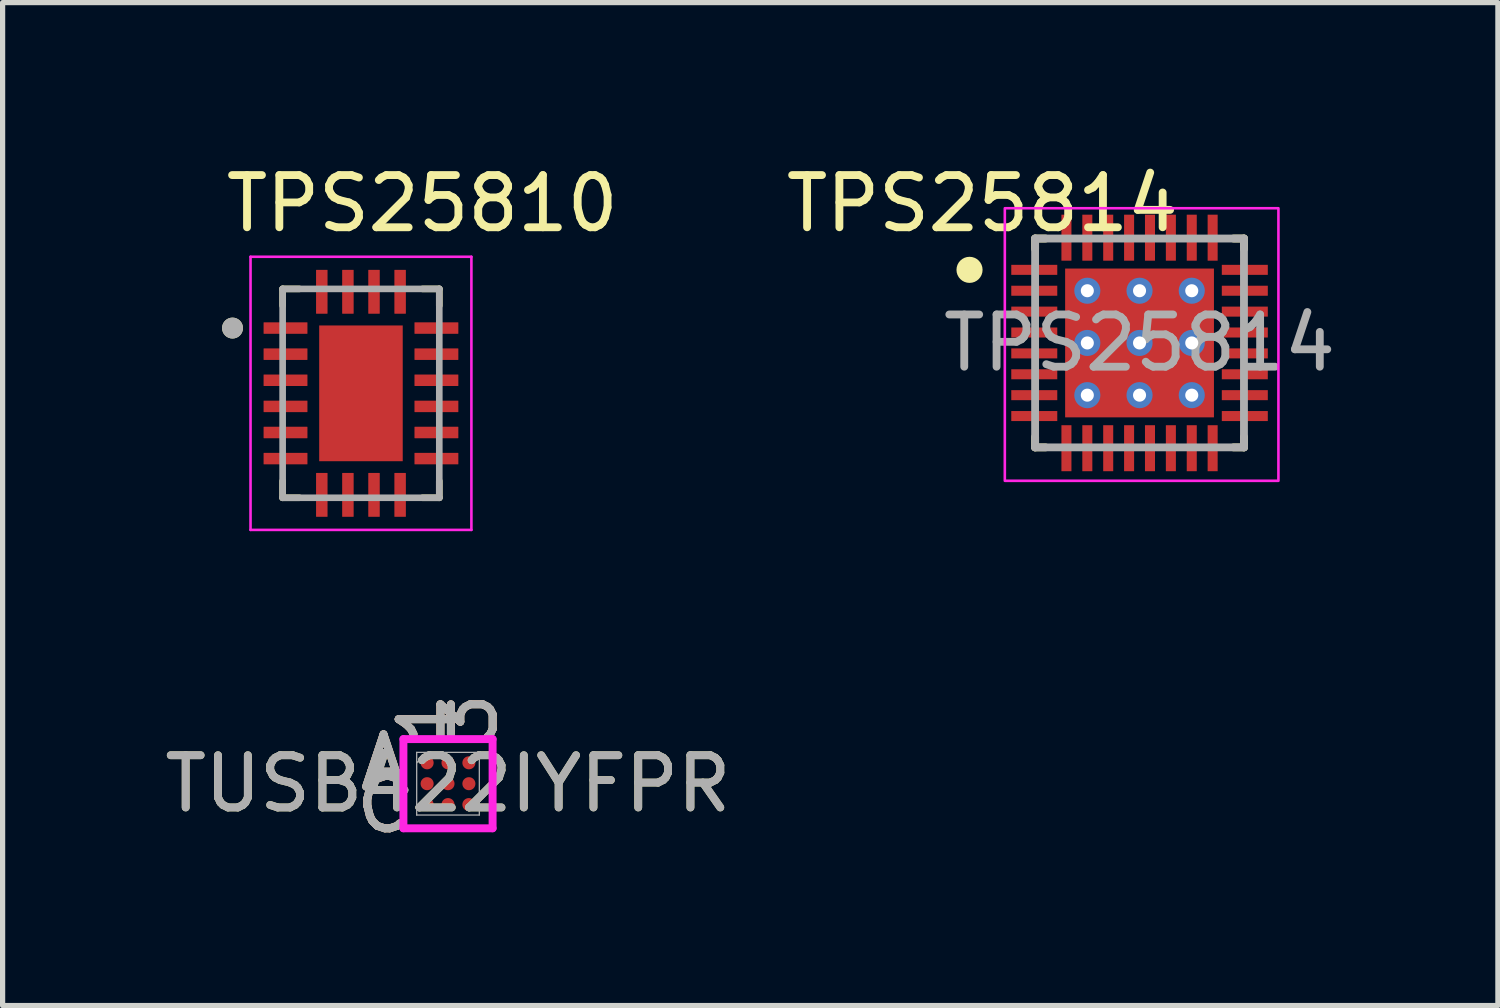
<source format=kicad_pcb>
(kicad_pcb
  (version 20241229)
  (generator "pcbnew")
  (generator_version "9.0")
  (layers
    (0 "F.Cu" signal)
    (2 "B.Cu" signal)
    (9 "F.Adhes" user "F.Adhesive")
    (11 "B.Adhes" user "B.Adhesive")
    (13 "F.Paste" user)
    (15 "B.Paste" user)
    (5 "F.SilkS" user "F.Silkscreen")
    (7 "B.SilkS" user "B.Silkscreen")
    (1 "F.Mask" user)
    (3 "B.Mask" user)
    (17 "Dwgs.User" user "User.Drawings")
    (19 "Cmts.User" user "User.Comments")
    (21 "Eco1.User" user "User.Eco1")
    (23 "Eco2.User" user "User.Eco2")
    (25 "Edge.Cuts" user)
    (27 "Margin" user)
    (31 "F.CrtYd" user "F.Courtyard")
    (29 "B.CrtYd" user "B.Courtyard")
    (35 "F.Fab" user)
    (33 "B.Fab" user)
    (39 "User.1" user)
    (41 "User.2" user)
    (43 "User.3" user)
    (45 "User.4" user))
  (footprint "TPS25814"
    (layer "F.Cu")
    (at 18.774 3.518)
    (property "Reference" "TPS25814" (at -3.01 -2.67 0) (unlocked yes) (layer "F.SilkS") (effects (font (size 1 1) (thickness 0.15))))
    (attr smd)
    (fp_line (start -2 -2) (end -1.8 -2) (stroke (width 0.15) (type solid)) (layer "F.SilkS"))
    (fp_line (start -2 -1.8) (end -2 -2) (stroke (width 0.15) (type solid)) (layer "F.SilkS"))
    (fp_line (start -2 2) (end -2 1.8) (stroke (width 0.15) (type solid)) (layer "F.SilkS"))
    (fp_line (start -2 2) (end -1.8 2) (stroke (width 0.15) (type solid)) (layer "F.SilkS"))
    (fp_line (start 1.8 -2) (end 2 -2) (stroke (width 0.15) (type solid)) (layer "F.SilkS"))
    (fp_line (start 1.8 2) (end 2 2) (stroke (width 0.15) (type solid)) (layer "F.SilkS"))
    (fp_line (start 2 -1.8) (end 2 -2) (stroke (width 0.15) (type solid)) (layer "F.SilkS"))
    (fp_line (start 2 2) (end 2 1.8) (stroke (width 0.15) (type solid)) (layer "F.SilkS"))
    (fp_circle (center -3.256 -1.4) (end -3.131 -1.4) (stroke (width 0.25) (type solid)) (fill no) (layer "F.SilkS"))
    (fp_poly (pts (xy -0.901 0.901) (xy 0.901 0.901) (xy 0.901 -0.901) (xy -0.901 -0.901)) (stroke (width 0) (type solid)) (fill yes) (layer "F.Paste"))
    (fp_rect (start -2.58 -2.58) (end 2.66 2.64) (stroke (width 0.05) (type default)) (fill no) (layer "F.CrtYd"))
    (fp_line (start -2 -2) (end 2 -2) (stroke (width 0.15) (type solid)) (layer "F.Fab"))
    (fp_line (start -2 2) (end -2 -2) (stroke (width 0.15) (type solid)) (layer "F.Fab"))
    (fp_line (start -2 2) (end 2 2) (stroke (width 0.15) (type solid)) (layer "F.Fab"))
    (fp_line (start 2 2) (end 2 -2) (stroke (width 0.15) (type solid)) (layer "F.Fab"))
    (fp_text user "${REFERENCE}" (at 0 0 0) (unlocked yes) (layer "F.Fab") (effects (font (size 1 1) (thickness 0.15))))
    (pad "1" smd rect (at -2.016 -1.4 90) (size 0.192 0.881) (layers "F.Cu" "F.Mask" "F.Paste"))
    (pad "2" smd rect (at -2.016 -1 90) (size 0.192 0.881) (layers "F.Cu" "F.Mask" "F.Paste"))
    (pad "3" smd rect (at -2.016 -0.6 90) (size 0.192 0.881) (layers "F.Cu" "F.Mask" "F.Paste"))
    (pad "4" smd rect (at -2.016 -0.2 90) (size 0.192 0.881) (layers "F.Cu" "F.Mask" "F.Paste"))
    (pad "5" smd rect (at -2.016 0.2 90) (size 0.192 0.881) (layers "F.Cu" "F.Mask" "F.Paste"))
    (pad "6" smd rect (at -2.016 0.6 90) (size 0.192 0.881) (layers "F.Cu" "F.Mask" "F.Paste"))
    (pad "7" smd rect (at -2.016 1 90) (size 0.192 0.881) (layers "F.Cu" "F.Mask" "F.Paste"))
    (pad "8" smd rect (at -2.016 1.4 90) (size 0.192 0.881) (layers "F.Cu" "F.Mask" "F.Paste"))
    (pad "9" smd rect (at -1.4 2.016) (size 0.192 0.881) (layers "F.Cu" "F.Mask" "F.Paste"))
    (pad "10" smd rect (at -1 2.016) (size 0.192 0.881) (layers "F.Cu" "F.Mask" "F.Paste"))
    (pad "11" smd rect (at -0.6 2.016) (size 0.192 0.881) (layers "F.Cu" "F.Mask" "F.Paste"))
    (pad "12" smd rect (at -0.2 2.016) (size 0.192 0.881) (layers "F.Cu" "F.Mask" "F.Paste"))
    (pad "13" smd rect (at 0.2 2.016) (size 0.192 0.881) (layers "F.Cu" "F.Mask" "F.Paste"))
    (pad "14" smd rect (at 0.6 2.016) (size 0.192 0.881) (layers "F.Cu" "F.Mask" "F.Paste"))
    (pad "15" smd rect (at 1 2.016) (size 0.192 0.881) (layers "F.Cu" "F.Mask" "F.Paste"))
    (pad "16" smd rect (at 1.4 2.016) (size 0.192 0.881) (layers "F.Cu" "F.Mask" "F.Paste"))
    (pad "17" smd rect (at 2.016 1.4 90) (size 0.192 0.881) (layers "F.Cu" "F.Mask" "F.Paste"))
    (pad "18" smd rect (at 2.016 1 90) (size 0.192 0.881) (layers "F.Cu" "F.Mask" "F.Paste"))
    (pad "19" smd rect (at 2.016 0.6 90) (size 0.192 0.881) (layers "F.Cu" "F.Mask" "F.Paste"))
    (pad "20" smd rect (at 2.016 0.2 90) (size 0.192 0.881) (layers "F.Cu" "F.Mask" "F.Paste"))
    (pad "21" smd rect (at 2.016 -0.2 90) (size 0.192 0.881) (layers "F.Cu" "F.Mask" "F.Paste"))
    (pad "22" smd rect (at 2.016 -0.6 90) (size 0.192 0.881) (layers "F.Cu" "F.Mask" "F.Paste"))
    (pad "23" smd rect (at 2.016 -1 90) (size 0.192 0.881) (layers "F.Cu" "F.Mask" "F.Paste"))
    (pad "24" smd rect (at 2.016 -1.4 90) (size 0.192 0.881) (layers "F.Cu" "F.Mask" "F.Paste"))
    (pad "25" smd rect (at 1.4 -2.016) (size 0.192 0.881) (layers "F.Cu" "F.Mask" "F.Paste"))
    (pad "26" smd rect (at 1 -2.016) (size 0.192 0.881) (layers "F.Cu" "F.Mask" "F.Paste"))
    (pad "27" smd rect (at 0.6 -2.016) (size 0.192 0.881) (layers "F.Cu" "F.Mask" "F.Paste"))
    (pad "28" smd rect (at 0.2 -2.016) (size 0.192 0.881) (layers "F.Cu" "F.Mask" "F.Paste"))
    (pad "29" smd rect (at -0.2 -2.016) (size 0.192 0.881) (layers "F.Cu" "F.Mask" "F.Paste"))
    (pad "30" smd rect (at -0.6 -2.016) (size 0.192 0.881) (layers "F.Cu" "F.Mask" "F.Paste"))
    (pad "31" smd rect (at -1 -2.016) (size 0.192 0.881) (layers "F.Cu" "F.Mask" "F.Paste"))
    (pad "32" smd rect (at -1.4 -2.016) (size 0.192 0.881) (layers "F.Cu" "F.Mask" "F.Paste"))
    (pad "33" thru_hole circle (at -1 -1) (size 0.5 0.5) (drill 0.25) (layers "*.Cu" "*.Mask"))
    (pad "33" thru_hole circle (at -1 0) (size 0.5 0.5) (drill 0.25) (layers "*.Cu" "*.Mask"))
    (pad "33" thru_hole circle (at -1 1) (size 0.5 0.5) (drill 0.25) (layers "*.Cu" "*.Mask"))
    (pad "33" thru_hole circle (at 0 -1) (size 0.5 0.5) (drill 0.25) (layers "*.Cu" "*.Mask"))
    (pad "33" thru_hole circle (at 0 0) (size 0.5 0.5) (drill 0.25) (layers "*.Cu" "*.Mask"))
    (pad "33" smd rect (at 0 0) (size 2.85 2.85) (layers "F.Cu" "F.Mask"))
    (pad "33" thru_hole circle (at 0 1) (size 0.5 0.5) (drill 0.25) (layers "*.Cu" "*.Mask"))
    (pad "33" thru_hole circle (at 1 -1) (size 0.5 0.5) (drill 0.25) (layers "*.Cu" "*.Mask"))
    (pad "33" thru_hole circle (at 1 0) (size 0.5 0.5) (drill 0.25) (layers "*.Cu" "*.Mask"))
    (pad "33" thru_hole circle (at 1 1) (size 0.5 0.5) (drill 0.25) (layers "*.Cu" "*.Mask")))
  (footprint "TUSB422IYFPR"
    (layer "F.Cu")
    (at 5.53 11.959)
    (property "Reference" "TUSB422IYFPR" (at 0 0 0) (unlocked yes) (layer "F.SilkS") (effects (font (size 1 1) (thickness 0.15))))
    (attr smd)
    (fp_poly (pts (xy -1.044 -1.044) (xy 1.044 -1.044) (xy 1.044 1.044) (xy -1.044 1.044)) (stroke (width 0.1) (type solid)) (fill no) (layer "Eco2.User"))
    (fp_line (start -0.854 -0.854) (end 0.854 -0.854) (stroke (width 0.152) (type solid)) (layer "F.CrtYd"))
    (fp_line (start -0.854 0.854) (end -0.854 -0.854) (stroke (width 0.152) (type solid)) (layer "F.CrtYd"))
    (fp_line (start 0.854 -0.854) (end 0.854 0.854) (stroke (width 0.152) (type solid)) (layer "F.CrtYd"))
    (fp_line (start 0.854 0.854) (end -0.854 0.854) (stroke (width 0.152) (type solid)) (layer "F.CrtYd"))
    (fp_line (start -0.6 -0.6) (end -0.6 0.6) (stroke (width 0.025) (type solid)) (layer "F.Fab"))
    (fp_line (start -0.6 0.6) (end 0.6 0.6) (stroke (width 0.025) (type solid)) (layer "F.Fab"))
    (fp_line (start -0.4 -0.6) (end -0.6 -0.4) (stroke (width 0.025) (type solid)) (layer "F.Fab"))
    (fp_line (start 0.6 -0.6) (end -0.6 -0.6) (stroke (width 0.025) (type solid)) (layer "F.Fab"))
    (fp_line (start 0.6 0.6) (end 0.6 -0.6) (stroke (width 0.025) (type solid)) (layer "F.Fab"))
    (fp_text user "3" (at 0.4 -1.235 90) (unlocked yes) (layer "F.SilkS") (effects (font (size 1 1) (thickness 0.15))))
    (fp_text user "A" (at -1.235 -0.4 0) (unlocked yes) (layer "F.SilkS") (effects (font (size 1 1) (thickness 0.15))))
    (fp_text user "C" (at -1.235 0.4 0) (unlocked yes) (layer "F.SilkS") (effects (font (size 1 1) (thickness 0.15))))
    (fp_text user "1" (at -0.4 -1.235 90) (unlocked yes) (layer "F.SilkS") (effects (font (size 1 1) (thickness 0.15))))
    (fp_text user "1" (at -0.4 -1.235 90) (unlocked yes) (layer "B.SilkS") (effects (font (size 1 1) (thickness 0.15))))
    (fp_text user "3" (at 0.4 -1.235 90) (unlocked yes) (layer "B.SilkS") (effects (font (size 1 1) (thickness 0.15))))
    (fp_text user "C" (at -1.235 0.4 0) (unlocked yes) (layer "B.SilkS") (effects (font (size 1 1) (thickness 0.15))))
    (fp_text user "A" (at -1.235 -0.4 0) (unlocked yes) (layer "B.SilkS") (effects (font (size 1 1) (thickness 0.15))))
    (fp_text user "1" (at -0.4 -1.235 90) (unlocked yes) (layer "F.Fab") (effects (font (size 1 1) (thickness 0.15))))
    (fp_text user "3" (at 0.4 -1.235 90) (unlocked yes) (layer "F.Fab") (effects (font (size 1 1) (thickness 0.15))))
    (fp_text user "A" (at -1.235 -0.4 0) (unlocked yes) (layer "F.Fab") (effects (font (size 1 1) (thickness 0.15))))
    (fp_text user "${REFERENCE}" (at 0 0 0) (unlocked yes) (layer "F.Fab") (effects (font (size 1 1) (thickness 0.15))))
    (fp_text user "C" (at -1.235 0.4 0) (unlocked yes) (layer "F.Fab") (effects (font (size 1 1) (thickness 0.15))))
    (pad "A1" smd circle (at -0.4 -0.4) (size 0.25 0.25) (layers "F.Cu" "F.Mask" "F.Paste"))
    (pad "A2" smd circle (at 0 -0.4) (size 0.25 0.25) (layers "F.Cu" "F.Mask" "F.Paste"))
    (pad "A3" smd circle (at 0.4 -0.4) (size 0.25 0.25) (layers "F.Cu" "F.Mask" "F.Paste"))
    (pad "B1" smd circle (at -0.4 0) (size 0.25 0.25) (layers "F.Cu" "F.Mask" "F.Paste"))
    (pad "B2" smd circle (at 0 0) (size 0.25 0.25) (layers "F.Cu" "F.Mask" "F.Paste"))
    (pad "B3" smd circle (at 0.4 0) (size 0.25 0.25) (layers "F.Cu" "F.Mask" "F.Paste"))
    (pad "C1" smd circle (at -0.4 0.4) (size 0.25 0.25) (layers "F.Cu" "F.Mask" "F.Paste"))
    (pad "C2" smd circle (at 0 0.4) (size 0.25 0.25) (layers "F.Cu" "F.Mask" "F.Paste"))
    (pad "C3" smd circle (at 0.4 0.4) (size 0.25 0.25) (layers "F.Cu" "F.Mask" "F.Paste")))
  (footprint "TPS25810"
    (layer "F.Cu")
    (at 3.863 4.483)
    (property "Reference" "TPS25810" (at 1.175 -3.635 0) (layer "F.SilkS") (effects (font (size 1 1) (thickness 0.15))))
    (attr smd)
    (fp_line (start -1.5 -2) (end -1.5 -1.68) (stroke (width 0.127) (type solid)) (layer "F.SilkS"))
    (fp_line (start -1.5 -2) (end -1.18 -2) (stroke (width 0.127) (type solid)) (layer "F.SilkS"))
    (fp_line (start -1.5 2) (end -1.5 1.68) (stroke (width 0.127) (type solid)) (layer "F.SilkS"))
    (fp_line (start -1.5 2) (end -1.18 2) (stroke (width 0.127) (type solid)) (layer "F.SilkS"))
    (fp_line (start 1.5 -2) (end 1.18 -2) (stroke (width 0.127) (type solid)) (layer "F.SilkS"))
    (fp_line (start 1.5 -2) (end 1.5 -1.68) (stroke (width 0.127) (type solid)) (layer "F.SilkS"))
    (fp_line (start 1.5 2) (end 1.18 2) (stroke (width 0.127) (type solid)) (layer "F.SilkS"))
    (fp_line (start 1.5 2) (end 1.5 1.68) (stroke (width 0.127) (type solid)) (layer "F.SilkS"))
    (fp_circle (center -2.46 -1.25) (end -2.36 -1.25) (stroke (width 0.2) (type solid)) (fill no) (layer "F.SilkS"))
    (fp_poly (pts (xy -0.51 -0.82) (xy 0.51 -0.82) (xy 0.51 0.82) (xy -0.51 0.82)) (stroke (width 0.01) (type solid)) (fill yes) (layer "F.Paste"))
    (fp_line (start -2.115 -2.615) (end 2.115 -2.615) (stroke (width 0.05) (type solid)) (layer "F.CrtYd"))
    (fp_line (start -2.115 2.615) (end -2.115 -2.615) (stroke (width 0.05) (type solid)) (layer "F.CrtYd"))
    (fp_line (start -2.115 2.615) (end 2.115 2.615) (stroke (width 0.05) (type solid)) (layer "F.CrtYd"))
    (fp_line (start 2.115 2.615) (end 2.115 -2.615) (stroke (width 0.05) (type solid)) (layer "F.CrtYd"))
    (fp_line (start -1.5 2) (end -1.5 -2) (stroke (width 0.127) (type solid)) (layer "F.Fab"))
    (fp_line (start 1.5 -2) (end -1.5 -2) (stroke (width 0.127) (type solid)) (layer "F.Fab"))
    (fp_line (start 1.5 2) (end -1.5 2) (stroke (width 0.127) (type solid)) (layer "F.Fab"))
    (fp_line (start 1.5 2) (end 1.5 -2) (stroke (width 0.127) (type solid)) (layer "F.Fab"))
    (fp_circle (center -2.46 -1.25) (end -2.36 -1.25) (stroke (width 0.2) (type solid)) (fill no) (layer "F.Fab"))
    (fp_text user "${REFERENCE}" (at 0 0 0) (layer "Eco1.User") (effects (font (size 1 1) (thickness 0.15))))
    (pad "1" smd roundrect (at -1.445 -1.25) (size 0.84 0.22) (layers "F.Cu" "F.Mask" "F.Paste") (roundrect_rratio 0.03))
    (pad "2" smd roundrect (at -1.445 -0.75) (size 0.84 0.22) (layers "F.Cu" "F.Mask" "F.Paste") (roundrect_rratio 0.03))
    (pad "3" smd roundrect (at -1.445 -0.25) (size 0.84 0.22) (layers "F.Cu" "F.Mask" "F.Paste") (roundrect_rratio 0.03))
    (pad "4" smd roundrect (at -1.445 0.25) (size 0.84 0.22) (layers "F.Cu" "F.Mask" "F.Paste") (roundrect_rratio 0.03))
    (pad "5" smd roundrect (at -1.445 0.75) (size 0.84 0.22) (layers "F.Cu" "F.Mask" "F.Paste") (roundrect_rratio 0.03))
    (pad "6" smd roundrect (at -1.445 1.25) (size 0.84 0.22) (layers "F.Cu" "F.Mask" "F.Paste") (roundrect_rratio 0.03))
    (pad "7" smd roundrect (at -0.75 1.945 90) (size 0.84 0.22) (layers "F.Cu" "F.Mask" "F.Paste") (roundrect_rratio 0.03))
    (pad "8" smd roundrect (at -0.25 1.945 90) (size 0.84 0.22) (layers "F.Cu" "F.Mask" "F.Paste") (roundrect_rratio 0.03))
    (pad "9" smd roundrect (at 0.25 1.945 90) (size 0.84 0.22) (layers "F.Cu" "F.Mask" "F.Paste") (roundrect_rratio 0.03))
    (pad "10" smd roundrect (at 0.75 1.945 90) (size 0.84 0.22) (layers "F.Cu" "F.Mask" "F.Paste") (roundrect_rratio 0.03))
    (pad "11" smd roundrect (at 1.445 1.25) (size 0.84 0.22) (layers "F.Cu" "F.Mask" "F.Paste") (roundrect_rratio 0.03))
    (pad "12" smd roundrect (at 1.445 0.75) (size 0.84 0.22) (layers "F.Cu" "F.Mask" "F.Paste") (roundrect_rratio 0.03))
    (pad "13" smd roundrect (at 1.445 0.25) (size 0.84 0.22) (layers "F.Cu" "F.Mask" "F.Paste") (roundrect_rratio 0.03))
    (pad "14" smd roundrect (at 1.445 -0.25) (size 0.84 0.22) (layers "F.Cu" "F.Mask" "F.Paste") (roundrect_rratio 0.03))
    (pad "15" smd roundrect (at 1.445 -0.75) (size 0.84 0.22) (layers "F.Cu" "F.Mask" "F.Paste") (roundrect_rratio 0.03))
    (pad "16" smd roundrect (at 1.445 -1.25) (size 0.84 0.22) (layers "F.Cu" "F.Mask" "F.Paste") (roundrect_rratio 0.03))
    (pad "17" smd roundrect (at 0.75 -1.945 90) (size 0.84 0.22) (layers "F.Cu" "F.Mask" "F.Paste") (roundrect_rratio 0.03))
    (pad "18" smd roundrect (at 0.25 -1.945 90) (size 0.84 0.22) (layers "F.Cu" "F.Mask" "F.Paste") (roundrect_rratio 0.03))
    (pad "19" smd roundrect (at -0.25 -1.945 90) (size 0.84 0.22) (layers "F.Cu" "F.Mask" "F.Paste") (roundrect_rratio 0.03))
    (pad "20" smd roundrect (at -0.75 -1.945 90) (size 0.84 0.22) (layers "F.Cu" "F.Mask" "F.Paste") (roundrect_rratio 0.03))
    (pad "21" smd rect (at 0 0) (size 1.6 2.6) (layers "F.Cu" "F.Mask")))
  (gr_rect
    (start -3 -3)
    (end 25.637 16.208)
    (stroke (width 0.1) (type default))
    (fill no)
    (layer "Edge.Cuts")))
</source>
